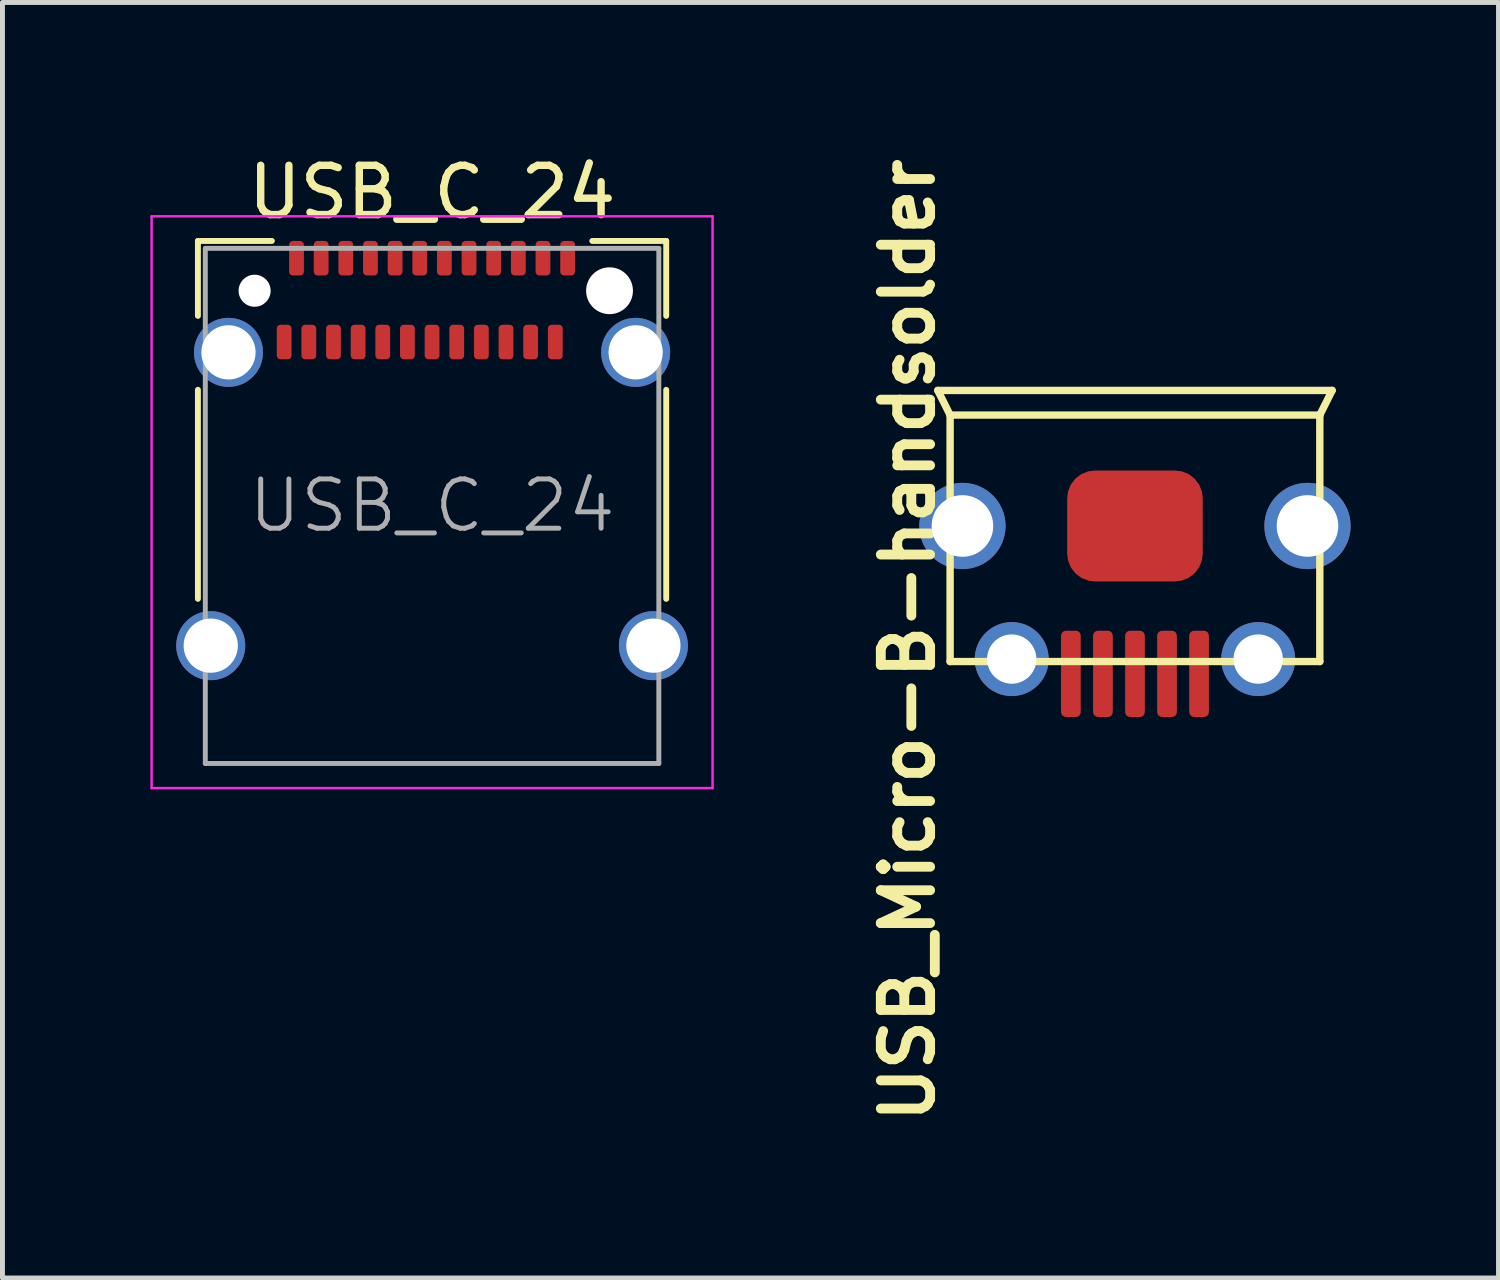
<source format=kicad_pcb>
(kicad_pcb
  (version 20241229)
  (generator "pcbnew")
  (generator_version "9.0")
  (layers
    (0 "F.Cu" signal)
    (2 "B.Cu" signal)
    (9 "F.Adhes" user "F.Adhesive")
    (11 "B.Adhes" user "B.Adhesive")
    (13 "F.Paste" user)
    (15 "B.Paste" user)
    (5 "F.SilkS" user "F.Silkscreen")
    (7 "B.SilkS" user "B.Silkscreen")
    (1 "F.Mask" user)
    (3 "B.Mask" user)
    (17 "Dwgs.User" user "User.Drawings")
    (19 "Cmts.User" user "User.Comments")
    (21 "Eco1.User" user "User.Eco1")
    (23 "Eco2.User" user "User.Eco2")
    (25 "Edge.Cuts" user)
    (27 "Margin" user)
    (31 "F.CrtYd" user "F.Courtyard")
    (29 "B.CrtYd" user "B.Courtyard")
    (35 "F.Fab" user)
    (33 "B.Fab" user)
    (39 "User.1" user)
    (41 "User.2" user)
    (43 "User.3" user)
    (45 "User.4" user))
  (footprint "USB_C_24"
    (layer "F.Cu")
    (at 5.715 7.208)
    (property "Reference" "USB_C_24" (at 0 -6.36 0) (layer "F.SilkS") (effects (font (size 1 1) (thickness 0.15))))
    (attr smd)
    (fp_line (start -4.75 -5.37) (end -4.75 -3.85) (stroke (width 0.12) (type solid)) (layer "F.SilkS"))
    (fp_line (start -4.75 -5.37) (end -3.25 -5.37) (stroke (width 0.12) (type solid)) (layer "F.SilkS"))
    (fp_line (start -4.75 -2.35) (end -4.75 1.89) (stroke (width 0.12) (type solid)) (layer "F.SilkS"))
    (fp_line (start 3.25 -5.37) (end 4.75 -5.37) (stroke (width 0.12) (type solid)) (layer "F.SilkS"))
    (fp_line (start 4.75 -5.37) (end 4.75 -3.85) (stroke (width 0.12) (type solid)) (layer "F.SilkS"))
    (fp_line (start 4.75 -2.35) (end 4.75 1.89) (stroke (width 0.12) (type solid)) (layer "F.SilkS"))
    (fp_line (start -5.69 -5.87) (end 5.69 -5.87) (stroke (width 0.05) (type solid)) (layer "F.CrtYd"))
    (fp_line (start -5.69 5.73) (end -5.69 -5.87) (stroke (width 0.05) (type solid)) (layer "F.CrtYd"))
    (fp_line (start 5.69 -5.87) (end 5.69 5.73) (stroke (width 0.05) (type solid)) (layer "F.CrtYd"))
    (fp_line (start 5.69 5.73) (end -5.69 5.73) (stroke (width 0.05) (type solid)) (layer "F.CrtYd"))
    (fp_line (start -4.6 -5.22) (end 4.6 -5.22) (stroke (width 0.1) (type solid)) (layer "F.Fab"))
    (fp_line (start -4.6 5.23) (end -4.6 -5.22) (stroke (width 0.1) (type solid)) (layer "F.Fab"))
    (fp_line (start -4.6 5.23) (end 4.6 5.23) (stroke (width 0.1) (type solid)) (layer "F.Fab"))
    (fp_line (start 4.6 5.23) (end 4.6 -5.22) (stroke (width 0.1) (type solid)) (layer "F.Fab"))
    (fp_text user "${REFERENCE}" (at 0 0 0) (layer "F.Fab") (effects (font (size 1 1) (thickness 0.1))))
    (pad "" np_thru_hole circle (at -3.6 -4.36) (size 0.65 0.65) (drill 0.65) (layers "*.Cu" "*.Mask"))
    (pad "" np_thru_hole circle (at 3.6 -4.36) (size 0.95 0.95) (drill 0.95) (layers "*.Cu" "*.Mask"))
    (pad "A1" smd roundrect (at -2.75 -5.02) (size 0.3 0.7) (layers "F.Cu" "F.Mask" "F.Paste") (roundrect_rratio 0.25))
    (pad "A2" smd roundrect (at -2.25 -5.02) (size 0.3 0.7) (layers "F.Cu" "F.Mask" "F.Paste") (roundrect_rratio 0.25))
    (pad "A3" smd roundrect (at -1.75 -5.02) (size 0.3 0.7) (layers "F.Cu" "F.Mask" "F.Paste") (roundrect_rratio 0.25))
    (pad "A4" smd roundrect (at -1.25 -5.02) (size 0.3 0.7) (layers "F.Cu" "F.Mask" "F.Paste") (roundrect_rratio 0.25))
    (pad "A5" smd roundrect (at -0.75 -5.02) (size 0.3 0.7) (layers "F.Cu" "F.Mask" "F.Paste") (roundrect_rratio 0.25))
    (pad "A6" smd roundrect (at -0.25 -5.02) (size 0.3 0.7) (layers "F.Cu" "F.Mask" "F.Paste") (roundrect_rratio 0.25))
    (pad "A7" smd roundrect (at 0.25 -5.02) (size 0.3 0.7) (layers "F.Cu" "F.Mask" "F.Paste") (roundrect_rratio 0.25))
    (pad "A8" smd roundrect (at 0.75 -5.02) (size 0.3 0.7) (layers "F.Cu" "F.Mask" "F.Paste") (roundrect_rratio 0.25))
    (pad "A9" smd roundrect (at 1.25 -5.02) (size 0.3 0.7) (layers "F.Cu" "F.Mask" "F.Paste") (roundrect_rratio 0.25))
    (pad "A10" smd roundrect (at 1.75 -5.02) (size 0.3 0.7) (layers "F.Cu" "F.Mask" "F.Paste") (roundrect_rratio 0.25))
    (pad "A11" smd roundrect (at 2.25 -5.02) (size 0.3 0.7) (layers "F.Cu" "F.Mask" "F.Paste") (roundrect_rratio 0.25))
    (pad "A12" smd roundrect (at 2.75 -5.02) (size 0.3 0.7) (layers "F.Cu" "F.Mask" "F.Paste") (roundrect_rratio 0.25))
    (pad "B1" smd roundrect (at 2.5 -3.32) (size 0.3 0.7) (layers "F.Cu" "F.Mask" "F.Paste") (roundrect_rratio 0.25))
    (pad "B2" smd roundrect (at 2 -3.32) (size 0.3 0.7) (layers "F.Cu" "F.Mask" "F.Paste") (roundrect_rratio 0.25))
    (pad "B3" smd roundrect (at 1.5 -3.32) (size 0.3 0.7) (layers "F.Cu" "F.Mask" "F.Paste") (roundrect_rratio 0.25))
    (pad "B4" smd roundrect (at 1 -3.32) (size 0.3 0.7) (layers "F.Cu" "F.Mask" "F.Paste") (roundrect_rratio 0.25))
    (pad "B5" smd roundrect (at 0.5 -3.32) (size 0.3 0.7) (layers "F.Cu" "F.Mask" "F.Paste") (roundrect_rratio 0.25))
    (pad "B6" smd roundrect (at 0 -3.32) (size 0.3 0.7) (layers "F.Cu" "F.Mask" "F.Paste") (roundrect_rratio 0.25))
    (pad "B7" smd roundrect (at -0.5 -3.32) (size 0.3 0.7) (layers "F.Cu" "F.Mask" "F.Paste") (roundrect_rratio 0.25))
    (pad "B8" smd roundrect (at -1 -3.32) (size 0.3 0.7) (layers "F.Cu" "F.Mask" "F.Paste") (roundrect_rratio 0.25))
    (pad "B9" smd roundrect (at -1.5 -3.32) (size 0.3 0.7) (layers "F.Cu" "F.Mask" "F.Paste") (roundrect_rratio 0.25))
    (pad "B10" smd roundrect (at -2 -3.32) (size 0.3 0.7) (layers "F.Cu" "F.Mask" "F.Paste") (roundrect_rratio 0.25))
    (pad "B11" smd roundrect (at -2.5 -3.32) (size 0.3 0.7) (layers "F.Cu" "F.Mask" "F.Paste") (roundrect_rratio 0.25))
    (pad "B12" smd roundrect (at -3 -3.32) (size 0.3 0.7) (layers "F.Cu" "F.Mask" "F.Paste") (roundrect_rratio 0.25))
    (pad "S1" thru_hole circle (at -4.49 2.84) (size 1.4 1.4) (drill 1.1) (layers "*.Cu" "*.Mask"))
    (pad "S1" thru_hole circle (at -4.13 -3.11) (size 1.4 1.4) (drill 1.1) (layers "*.Cu" "*.Mask"))
    (pad "S1" thru_hole circle (at 4.13 -3.11) (size 1.4 1.4) (drill 1.1) (layers "*.Cu" "*.Mask"))
    (pad "S1" thru_hole circle (at 4.49 2.84) (size 1.4 1.4) (drill 1.1) (layers "*.Cu" "*.Mask")))
  (footprint "USB_Micro-B-handsolder"
    (layer "F.Cu")
    (at 19.974 7.62)
    (property "Reference" "USB_Micro-B-handsolder" (at -4.608 2.318 270) (layer "F.SilkS") (effects (font (size 1 1) (thickness 0.2))))
    (attr smd)
    (fp_line (start -4 -2.75) (end -3.75 -2.25) (stroke (width 0.15) (type solid)) (layer "F.SilkS"))
    (fp_line (start -3.75 -2.25) (end -3.75 2.75) (stroke (width 0.15) (type solid)) (layer "F.SilkS"))
    (fp_line (start -3.75 -2.25) (end 3.75 -2.25) (stroke (width 0.15) (type solid)) (layer "F.SilkS"))
    (fp_line (start 3.75 -2.25) (end 4 -2.75) (stroke (width 0.15) (type solid)) (layer "F.SilkS"))
    (fp_line (start 3.75 2.75) (end -3.75 2.75) (stroke (width 0.15) (type solid)) (layer "F.SilkS"))
    (fp_line (start 3.75 2.75) (end 3.75 -2.25) (stroke (width 0.15) (type solid)) (layer "F.SilkS"))
    (fp_line (start 4 -2.75) (end -4 -2.75) (stroke (width 0.15) (type solid)) (layer "F.SilkS"))
    (pad "1" smd roundrect (at 1.3 3 270) (size 1.75 0.4) (layers "F.Cu" "F.Mask" "F.Paste") (roundrect_rratio 0.25))
    (pad "2" smd roundrect (at 0.65 3 270) (size 1.75 0.4) (layers "F.Cu" "F.Mask" "F.Paste") (roundrect_rratio 0.25))
    (pad "3" smd roundrect (at 0 3 270) (size 1.75 0.4) (layers "F.Cu" "F.Mask" "F.Paste") (roundrect_rratio 0.25))
    (pad "4" smd roundrect (at -0.65 3 270) (size 1.75 0.4) (layers "F.Cu" "F.Mask" "F.Paste") (roundrect_rratio 0.25))
    (pad "5" smd roundrect (at -1.3 3 270) (size 1.75 0.4) (layers "F.Cu" "F.Mask" "F.Paste") (roundrect_rratio 0.25))
    (pad "6" thru_hole circle (at -3.5 0 270) (size 1.75 1.75) (drill 1.25) (layers "*.Cu" "*.Mask" "F.Paste"))
    (pad "6" thru_hole circle (at -2.5 2.7 270) (size 1.5 1.5) (drill 1) (layers "*.Cu" "*.Mask" "F.Paste"))
    (pad "6" smd roundrect (at 0 0) (size 2.75 2.25) (layers "F.Cu" "F.Mask" "F.Paste") (roundrect_rratio 0.25))
    (pad "6" thru_hole circle (at 2.5 2.7 270) (size 1.5 1.5) (drill 1) (layers "*.Cu" "*.Mask" "F.Paste"))
    (pad "6" thru_hole circle (at 3.5 0 270) (size 1.75 1.75) (drill 1.25) (layers "*.Cu" "*.Mask" "F.Paste")))
  (gr_rect
    (start -3 -3)
    (end 27.349 22.876)
    (stroke (width 0.1) (type default))
    (fill no)
    (layer "Edge.Cuts")))
</source>
